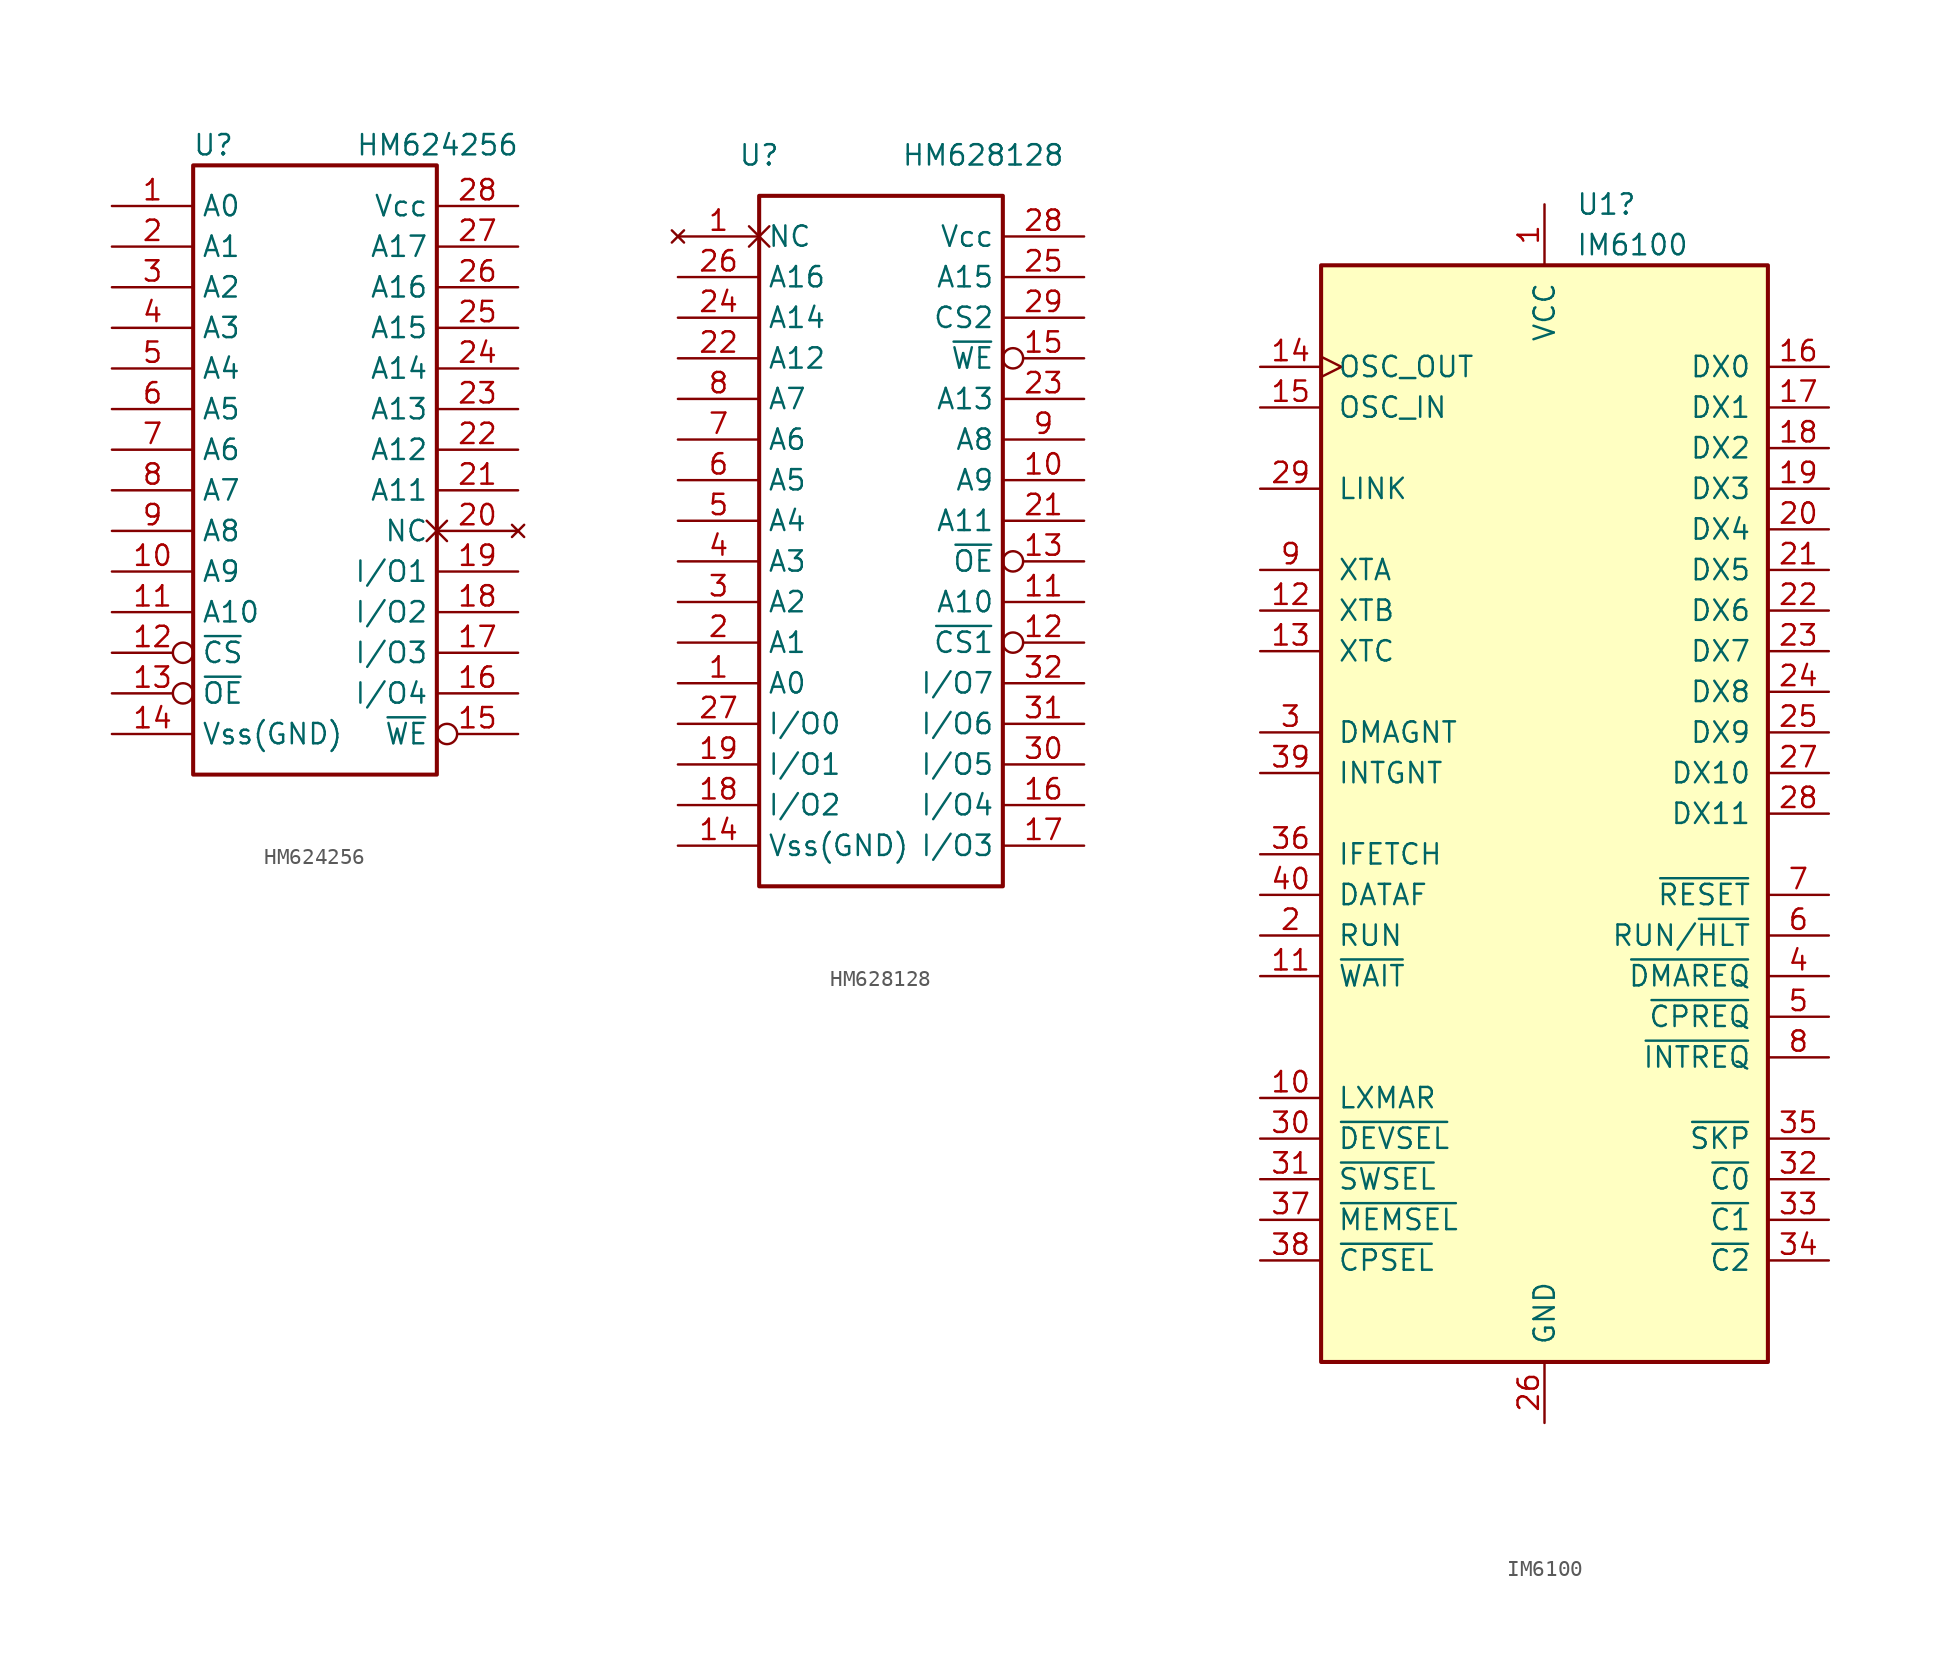
<source format=kicad_sym>
(kicad_symbol_lib
  (version 20241209)
  (generator "kicad_symbol_editor")
  (generator_version "9.0")
  (symbol "HM624256"
    (property "Reference" "U"
      (at -6.35 19.05 0)
      (effects (font (size 1.27 1.27))))
    (property "Value" "HM624256"
      (at 2.54 19.05 0)
      (effects (font (size 1.27 1.27)) (justify left)))
    (symbol "HM624256_1_1"
      (rectangle (start -7.62 17.78) (end 7.62 -20.32) (stroke (width 0.254) (type default)) (fill (type none)))
      (pin input line (at -12.7 15.24 0) (length 5.08) (name "A0" (effects (font (size 1.27 1.27)))) (number "1" (effects (font (size 1.27 1.27)))))
      (pin input line (at -12.7 12.7 0) (length 5.08) (name "A1" (effects (font (size 1.27 1.27)))) (number "2" (effects (font (size 1.27 1.27)))))
      (pin input line (at -12.7 10.16 0) (length 5.08) (name "A2" (effects (font (size 1.27 1.27)))) (number "3" (effects (font (size 1.27 1.27)))))
      (pin input line (at -12.7 7.62 0) (length 5.08) (name "A3" (effects (font (size 1.27 1.27)))) (number "4" (effects (font (size 1.27 1.27)))))
      (pin input line (at -12.7 5.08 0) (length 5.08) (name "A4" (effects (font (size 1.27 1.27)))) (number "5" (effects (font (size 1.27 1.27)))))
      (pin input line (at -12.7 2.54 0) (length 5.08) (name "A5" (effects (font (size 1.27 1.27)))) (number "6" (effects (font (size 1.27 1.27)))))
      (pin input line (at -12.7 0 0) (length 5.08) (name "A6" (effects (font (size 1.27 1.27)))) (number "7" (effects (font (size 1.27 1.27)))))
      (pin input line (at -12.7 -2.54 0) (length 5.08) (name "A7" (effects (font (size 1.27 1.27)))) (number "8" (effects (font (size 1.27 1.27)))))
      (pin input line (at -12.7 -5.08 0) (length 5.08) (name "A8" (effects (font (size 1.27 1.27)))) (number "9" (effects (font (size 1.27 1.27)))))
      (pin input line (at -12.7 -7.62 0) (length 5.08) (name "A9" (effects (font (size 1.27 1.27)))) (number "10" (effects (font (size 1.27 1.27)))))
      (pin input line (at -12.7 -10.16 0) (length 5.08) (name "A10" (effects (font (size 1.27 1.27)))) (number "11" (effects (font (size 1.27 1.27)))))
      (pin input inverted (at -12.7 -12.7 0) (length 5.08) (name "~{CS}" (effects (font (size 1.27 1.27)))) (number "12" (effects (font (size 1.27 1.27)))))
      (pin input inverted (at -12.7 -15.24 0) (length 5.08) (name "~{OE}" (effects (font (size 1.27 1.27)))) (number "13" (effects (font (size 1.27 1.27)))))
      (pin power_in line (at -12.7 -17.78 0) (length 5.08) (name "Vss(GND)" (effects (font (size 1.27 1.27)))) (number "14" (effects (font (size 1.27 1.27)))))
      (pin power_in line (at 12.7 15.24 180) (length 5.08) (name "Vcc" (effects (font (size 1.27 1.27)))) (number "28" (effects (font (size 1.27 1.27)))))
      (pin input line (at 12.7 12.7 180) (length 5.08) (name "A17" (effects (font (size 1.27 1.27)))) (number "27" (effects (font (size 1.27 1.27)))))
      (pin input line (at 12.7 10.16 180) (length 5.08) (name "A16" (effects (font (size 1.27 1.27)))) (number "26" (effects (font (size 1.27 1.27)))))
      (pin input line (at 12.7 7.62 180) (length 5.08) (name "A15" (effects (font (size 1.27 1.27)))) (number "25" (effects (font (size 1.27 1.27)))))
      (pin input line (at 12.7 5.08 180) (length 5.08) (name "A14" (effects (font (size 1.27 1.27)))) (number "24" (effects (font (size 1.27 1.27)))))
      (pin input line (at 12.7 2.54 180) (length 5.08) (name "A13" (effects (font (size 1.27 1.27)))) (number "23" (effects (font (size 1.27 1.27)))))
      (pin input line (at 12.7 0 180) (length 5.08) (name "A12" (effects (font (size 1.27 1.27)))) (number "22" (effects (font (size 1.27 1.27)))))
      (pin input line (at 12.7 -2.54 180) (length 5.08) (name "A11" (effects (font (size 1.27 1.27)))) (number "21" (effects (font (size 1.27 1.27)))))
      (pin no_connect non_logic (at 12.7 -5.08 180) (length 5.08) (name "NC" (effects (font (size 1.27 1.27)))) (number "20" (effects (font (size 1.27 1.27)))))
      (pin tri_state line (at 12.7 -7.62 180) (length 5.08) (name "I/O1" (effects (font (size 1.27 1.27)))) (number "19" (effects (font (size 1.27 1.27)))))
      (pin tri_state line (at 12.7 -10.16 180) (length 5.08) (name "I/O2" (effects (font (size 1.27 1.27)))) (number "18" (effects (font (size 1.27 1.27)))))
      (pin tri_state line (at 12.7 -12.7 180) (length 5.08) (name "I/O3" (effects (font (size 1.27 1.27)))) (number "17" (effects (font (size 1.27 1.27)))))
      (pin tri_state line (at 12.7 -15.24 180) (length 5.08) (name "I/O4" (effects (font (size 1.27 1.27)))) (number "16" (effects (font (size 1.27 1.27)))))
      (pin input inverted (at 12.7 -17.78 180) (length 5.08) (name "~{WE}" (effects (font (size 1.27 1.27)))) (number "15" (effects (font (size 1.27 1.27)))))))
  (symbol "HM628128"
    (property "Reference" "U"
      (at -7.62 22.86 0)
      (effects (font (size 1.27 1.27))))
    (property "Value" "HM628128"
      (at 1.27 22.86 0)
      (effects (font (size 1.27 1.27)) (justify left)))
    (symbol "HM628128_1_1"
      (rectangle (start -7.62 20.32) (end 7.62 -22.86) (stroke (width 0.254) (type default)) (fill (type none)))
      (pin no_connect non_logic (at -12.7 17.78 0) (length 5.08) (name "NC" (effects (font (size 1.27 1.27)))) (number "1" (effects (font (size 1.27 1.27)))))
      (pin input line (at -12.7 15.24 0) (length 5.08) (name "A16" (effects (font (size 1.27 1.27)))) (number "26" (effects (font (size 1.27 1.27)))))
      (pin input line (at -12.7 12.7 0) (length 5.08) (name "A14" (effects (font (size 1.27 1.27)))) (number "24" (effects (font (size 1.27 1.27)))))
      (pin input line (at -12.7 10.16 0) (length 5.08) (name "A12" (effects (font (size 1.27 1.27)))) (number "22" (effects (font (size 1.27 1.27)))))
      (pin input line (at -12.7 7.62 0) (length 5.08) (name "A7" (effects (font (size 1.27 1.27)))) (number "8" (effects (font (size 1.27 1.27)))))
      (pin input line (at -12.7 5.08 0) (length 5.08) (name "A6" (effects (font (size 1.27 1.27)))) (number "7" (effects (font (size 1.27 1.27)))))
      (pin input line (at -12.7 2.54 0) (length 5.08) (name "A5" (effects (font (size 1.27 1.27)))) (number "6" (effects (font (size 1.27 1.27)))))
      (pin input line (at -12.7 0 0) (length 5.08) (name "A4" (effects (font (size 1.27 1.27)))) (number "5" (effects (font (size 1.27 1.27)))))
      (pin input line (at -12.7 -2.54 0) (length 5.08) (name "A3" (effects (font (size 1.27 1.27)))) (number "4" (effects (font (size 1.27 1.27)))))
      (pin input line (at -12.7 -5.08 0) (length 5.08) (name "A2" (effects (font (size 1.27 1.27)))) (number "3" (effects (font (size 1.27 1.27)))))
      (pin input line (at -12.7 -7.62 0) (length 5.08) (name "A1" (effects (font (size 1.27 1.27)))) (number "2" (effects (font (size 1.27 1.27)))))
      (pin input line (at -12.7 -10.16 0) (length 5.08) (name "A0" (effects (font (size 1.27 1.27)))) (number "1" (effects (font (size 1.27 1.27)))))
      (pin tri_state line (at -12.7 -12.7 0) (length 5.08) (name "I/O0" (effects (font (size 1.27 1.27)))) (number "27" (effects (font (size 1.27 1.27)))))
      (pin tri_state line (at -12.7 -15.24 0) (length 5.08) (name "I/O1" (effects (font (size 1.27 1.27)))) (number "19" (effects (font (size 1.27 1.27)))))
      (pin tri_state line (at -12.7 -17.78 0) (length 5.08) (name "I/O2" (effects (font (size 1.27 1.27)))) (number "18" (effects (font (size 1.27 1.27)))))
      (pin power_in line (at -12.7 -20.32 0) (length 5.08) (name "Vss(GND)" (effects (font (size 1.27 1.27)))) (number "14" (effects (font (size 1.27 1.27)))))
      (pin power_in line (at 12.7 17.78 180) (length 5.08) (name "Vcc" (effects (font (size 1.27 1.27)))) (number "28" (effects (font (size 1.27 1.27)))))
      (pin input line (at 12.7 15.24 180) (length 5.08) (name "A15" (effects (font (size 1.27 1.27)))) (number "25" (effects (font (size 1.27 1.27)))))
      (pin input line (at 12.7 12.7 180) (length 5.08) (name "CS2" (effects (font (size 1.27 1.27)))) (number "29" (effects (font (size 1.27 1.27)))))
      (pin input inverted (at 12.7 10.16 180) (length 5.08) (name "~{WE}" (effects (font (size 1.27 1.27)))) (number "15" (effects (font (size 1.27 1.27)))))
      (pin input line (at 12.7 7.62 180) (length 5.08) (name "A13" (effects (font (size 1.27 1.27)))) (number "23" (effects (font (size 1.27 1.27)))))
      (pin input line (at 12.7 5.08 180) (length 5.08) (name "A8" (effects (font (size 1.27 1.27)))) (number "9" (effects (font (size 1.27 1.27)))))
      (pin input line (at 12.7 2.54 180) (length 5.08) (name "A9" (effects (font (size 1.27 1.27)))) (number "10" (effects (font (size 1.27 1.27)))))
      (pin input line (at 12.7 0 180) (length 5.08) (name "A11" (effects (font (size 1.27 1.27)))) (number "21" (effects (font (size 1.27 1.27)))))
      (pin input inverted (at 12.7 -2.54 180) (length 5.08) (name "~{OE}" (effects (font (size 1.27 1.27)))) (number "13" (effects (font (size 1.27 1.27)))))
      (pin input line (at 12.7 -5.08 180) (length 5.08) (name "A10" (effects (font (size 1.27 1.27)))) (number "11" (effects (font (size 1.27 1.27)))))
      (pin input inverted (at 12.7 -7.62 180) (length 5.08) (name "~{CS1}" (effects (font (size 1.27 1.27)))) (number "12" (effects (font (size 1.27 1.27)))))
      (pin tri_state line (at 12.7 -10.16 180) (length 5.08) (name "I/O7" (effects (font (size 1.27 1.27)))) (number "32" (effects (font (size 1.27 1.27)))))
      (pin tri_state line (at 12.7 -12.7 180) (length 5.08) (name "I/O6" (effects (font (size 1.27 1.27)))) (number "31" (effects (font (size 1.27 1.27)))))
      (pin tri_state line (at 12.7 -15.24 180) (length 5.08) (name "I/O5" (effects (font (size 1.27 1.27)))) (number "30" (effects (font (size 1.27 1.27)))))
      (pin tri_state line (at 12.7 -17.78 180) (length 5.08) (name "I/O4" (effects (font (size 1.27 1.27)))) (number "16" (effects (font (size 1.27 1.27)))))
      (pin tri_state line (at 12.7 -20.32 180) (length 5.08) (name "I/O3" (effects (font (size 1.27 1.27)))) (number "17" (effects (font (size 1.27 1.27)))))))
  (symbol "IM6100"
    (pin_names
      (offset 1.016))
    (property "Reference" "U1"
      (at 1.956 38.1 0)
      (effects (font (size 1.27 1.27)) (justify left)))
    (property "Value" "IM6100"
      (at 1.956 35.56 0)
      (effects (font (size 1.27 1.27)) (justify left)))
    (symbol "IM6100_0_1"
      (rectangle (start -13.97 34.29) (end 13.97 -34.29) (stroke (width 0.254) (type default)) (fill (type background))))
    (symbol "IM6100_1_1"
      (pin input clock (at -17.78 27.94 0) (length 3.81) (name "OSC_OUT" (effects (font (size 1.27 1.27)))) (number "14" (effects (font (size 1.27 1.27)))))
      (pin input line (at -17.78 25.4 0) (length 3.81) (name "OSC_IN" (effects (font (size 1.27 1.27)))) (number "15" (effects (font (size 1.27 1.27)))))
      (pin output line (at -17.78 20.32 0) (length 3.81) (name "LINK" (effects (font (size 1.27 1.27)))) (number "29" (effects (font (size 1.27 1.27)))))
      (pin output line (at -17.78 15.24 0) (length 3.81) (name "XTA" (effects (font (size 1.27 1.27)))) (number "9" (effects (font (size 1.27 1.27)))))
      (pin output line (at -17.78 12.7 0) (length 3.81) (name "XTB" (effects (font (size 1.27 1.27)))) (number "12" (effects (font (size 1.27 1.27)))))
      (pin output line (at -17.78 10.16 0) (length 3.81) (name "XTC" (effects (font (size 1.27 1.27)))) (number "13" (effects (font (size 1.27 1.27)))))
      (pin output line (at -17.78 5.08 0) (length 3.81) (name "DMAGNT" (effects (font (size 1.27 1.27)))) (number "3" (effects (font (size 1.27 1.27)))))
      (pin output line (at -17.78 2.54 0) (length 3.81) (name "INTGNT" (effects (font (size 1.27 1.27)))) (number "39" (effects (font (size 1.27 1.27)))))
      (pin output line (at -17.78 -2.54 0) (length 3.81) (name "IFETCH" (effects (font (size 1.27 1.27)))) (number "36" (effects (font (size 1.27 1.27)))))
      (pin output line (at -17.78 -5.08 0) (length 3.81) (name "DATAF" (effects (font (size 1.27 1.27)))) (number "40" (effects (font (size 1.27 1.27)))))
      (pin output line (at -17.78 -7.62 0) (length 3.81) (name "RUN" (effects (font (size 1.27 1.27)))) (number "2" (effects (font (size 1.27 1.27)))))
      (pin input line (at -17.78 -10.16 0) (length 3.81) (name "~{WAIT}" (effects (font (size 1.27 1.27)))) (number "11" (effects (font (size 1.27 1.27)))))
      (pin output line (at -17.78 -17.78 0) (length 3.81) (name "LXMAR" (effects (font (size 1.27 1.27)))) (number "10" (effects (font (size 1.27 1.27)))))
      (pin output line (at -17.78 -20.32 0) (length 3.81) (name "~{DEVSEL}" (effects (font (size 1.27 1.27)))) (number "30" (effects (font (size 1.27 1.27)))))
      (pin output line (at -17.78 -22.86 0) (length 3.81) (name "~{SWSEL}" (effects (font (size 1.27 1.27)))) (number "31" (effects (font (size 1.27 1.27)))))
      (pin output line (at -17.78 -25.4 0) (length 3.81) (name "~{MEMSEL}" (effects (font (size 1.27 1.27)))) (number "37" (effects (font (size 1.27 1.27)))))
      (pin output line (at -17.78 -27.94 0) (length 3.81) (name "~{CPSEL}" (effects (font (size 1.27 1.27)))) (number "38" (effects (font (size 1.27 1.27)))))
      (pin power_in line (at 0 38.1 270) (length 3.81) (name "VCC" (effects (font (size 1.27 1.27)))) (number "1" (effects (font (size 1.27 1.27)))))
      (pin power_in line (at 0 -38.1 90) (length 3.81) (name "GND" (effects (font (size 1.27 1.27)))) (number "26" (effects (font (size 1.27 1.27)))))
      (pin bidirectional line (at 17.78 27.94 180) (length 3.81) (name "DX0" (effects (font (size 1.27 1.27)))) (number "16" (effects (font (size 1.27 1.27)))))
      (pin bidirectional line (at 17.78 25.4 180) (length 3.81) (name "DX1" (effects (font (size 1.27 1.27)))) (number "17" (effects (font (size 1.27 1.27)))))
      (pin bidirectional line (at 17.78 22.86 180) (length 3.81) (name "DX2" (effects (font (size 1.27 1.27)))) (number "18" (effects (font (size 1.27 1.27)))))
      (pin bidirectional line (at 17.78 20.32 180) (length 3.81) (name "DX3" (effects (font (size 1.27 1.27)))) (number "19" (effects (font (size 1.27 1.27)))))
      (pin bidirectional line (at 17.78 17.78 180) (length 3.81) (name "DX4" (effects (font (size 1.27 1.27)))) (number "20" (effects (font (size 1.27 1.27)))))
      (pin bidirectional line (at 17.78 15.24 180) (length 3.81) (name "DX5" (effects (font (size 1.27 1.27)))) (number "21" (effects (font (size 1.27 1.27)))))
      (pin bidirectional line (at 17.78 12.7 180) (length 3.81) (name "DX6" (effects (font (size 1.27 1.27)))) (number "22" (effects (font (size 1.27 1.27)))))
      (pin bidirectional line (at 17.78 10.16 180) (length 3.81) (name "DX7" (effects (font (size 1.27 1.27)))) (number "23" (effects (font (size 1.27 1.27)))))
      (pin bidirectional line (at 17.78 7.62 180) (length 3.81) (name "DX8" (effects (font (size 1.27 1.27)))) (number "24" (effects (font (size 1.27 1.27)))))
      (pin bidirectional line (at 17.78 5.08 180) (length 3.81) (name "DX9" (effects (font (size 1.27 1.27)))) (number "25" (effects (font (size 1.27 1.27)))))
      (pin bidirectional line (at 17.78 2.54 180) (length 3.81) (name "DX10" (effects (font (size 1.27 1.27)))) (number "27" (effects (font (size 1.27 1.27)))))
      (pin bidirectional line (at 17.78 0 180) (length 3.81) (name "DX11" (effects (font (size 1.27 1.27)))) (number "28" (effects (font (size 1.27 1.27)))))
      (pin input line (at 17.78 -5.08 180) (length 3.81) (name "~{RESET}" (effects (font (size 1.27 1.27)))) (number "7" (effects (font (size 1.27 1.27)))))
      (pin input line (at 17.78 -7.62 180) (length 3.81) (name "RUN/~{HLT}" (effects (font (size 1.27 1.27)))) (number "6" (effects (font (size 1.27 1.27)))))
      (pin input line (at 17.78 -10.16 180) (length 3.81) (name "~{DMAREQ}" (effects (font (size 1.27 1.27)))) (number "4" (effects (font (size 1.27 1.27)))))
      (pin input line (at 17.78 -12.7 180) (length 3.81) (name "~{CPREQ}" (effects (font (size 1.27 1.27)))) (number "5" (effects (font (size 1.27 1.27)))))
      (pin input line (at 17.78 -15.24 180) (length 3.81) (name "~{INTREQ}" (effects (font (size 1.27 1.27)))) (number "8" (effects (font (size 1.27 1.27)))))
      (pin input line (at 17.78 -20.32 180) (length 3.81) (name "~{SKP}" (effects (font (size 1.27 1.27)))) (number "35" (effects (font (size 1.27 1.27)))))
      (pin input line (at 17.78 -22.86 180) (length 3.81) (name "~{C0}" (effects (font (size 1.27 1.27)))) (number "32" (effects (font (size 1.27 1.27)))))
      (pin input line (at 17.78 -25.4 180) (length 3.81) (name "~{C1}" (effects (font (size 1.27 1.27)))) (number "33" (effects (font (size 1.27 1.27)))))
      (pin input line (at 17.78 -27.94 180) (length 3.81) (name "~{C2}" (effects (font (size 1.27 1.27)))) (number "34" (effects (font (size 1.27 1.27))))))))
</source>
